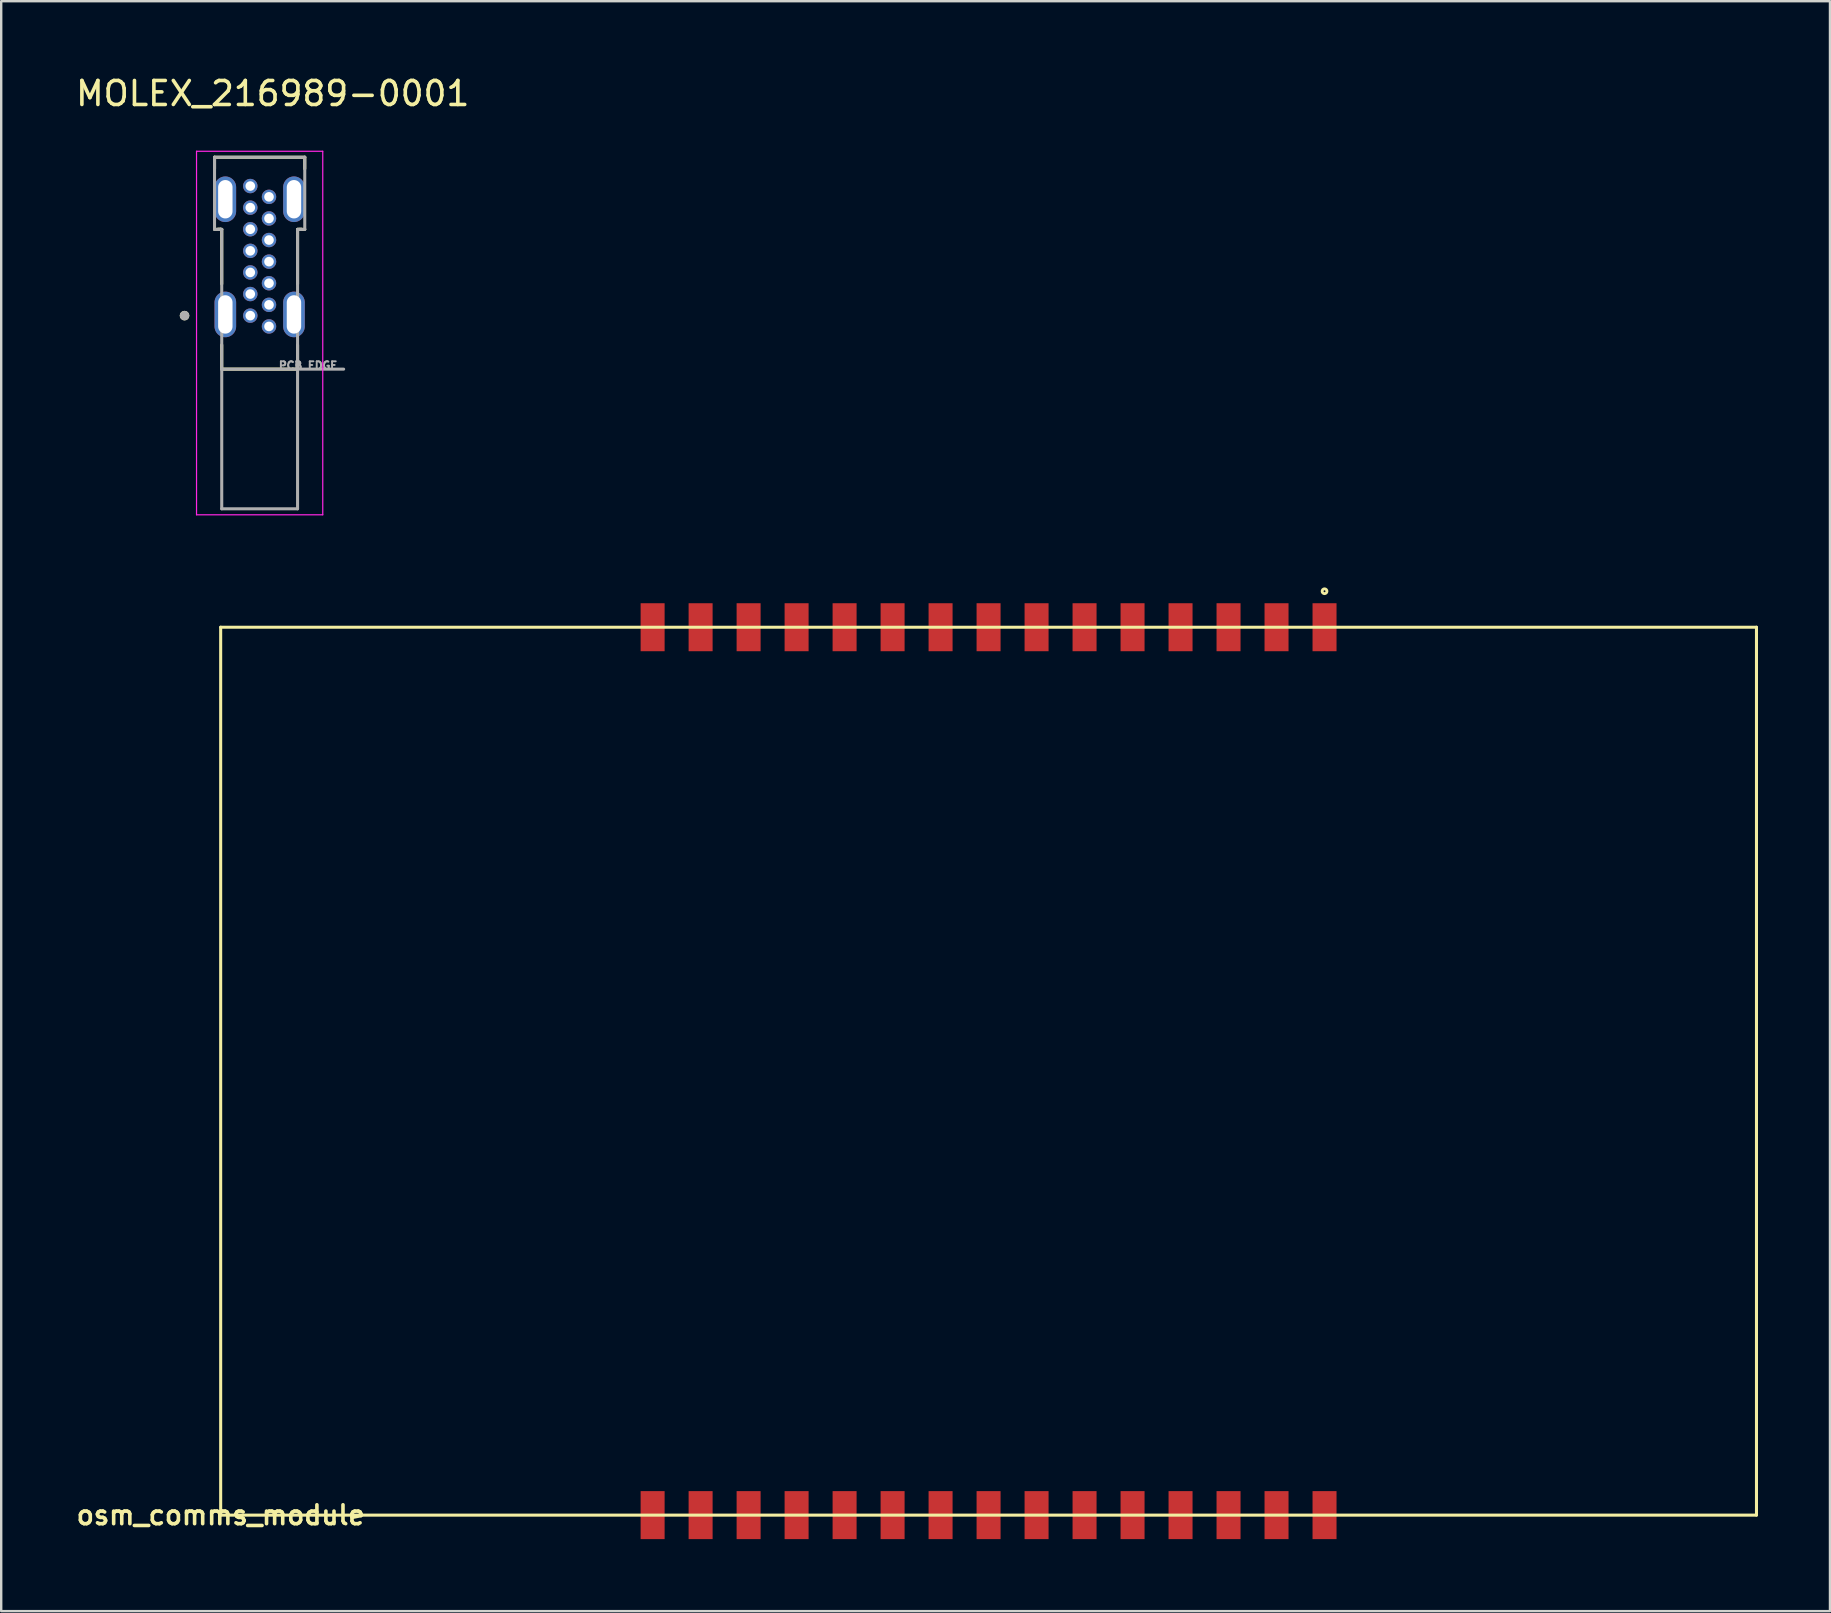
<source format=kicad_pcb>
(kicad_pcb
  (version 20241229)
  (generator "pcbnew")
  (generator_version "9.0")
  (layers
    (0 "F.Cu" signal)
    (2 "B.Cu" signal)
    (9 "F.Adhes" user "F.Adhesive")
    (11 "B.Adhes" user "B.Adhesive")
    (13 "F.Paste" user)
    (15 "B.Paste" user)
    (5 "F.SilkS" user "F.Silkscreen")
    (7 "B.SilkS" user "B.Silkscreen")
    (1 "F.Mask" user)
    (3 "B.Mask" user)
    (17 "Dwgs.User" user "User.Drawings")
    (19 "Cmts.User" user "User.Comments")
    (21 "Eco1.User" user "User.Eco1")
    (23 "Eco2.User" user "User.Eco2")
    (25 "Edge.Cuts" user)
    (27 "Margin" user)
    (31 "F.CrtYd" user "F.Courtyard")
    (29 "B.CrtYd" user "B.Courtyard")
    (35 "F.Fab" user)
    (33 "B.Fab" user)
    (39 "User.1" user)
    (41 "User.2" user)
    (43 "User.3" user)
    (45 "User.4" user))
  (footprint "osm_comms_module"
    (layer "F.Cu")
    (at 6.146 60.088)
    (property "Reference" "osm_comms_module" (at 0 0 0) (layer "F.SilkS") (effects (font (size 0.787 0.787) (thickness 0.15))))
    (attr smd)
    (fp_line (start 0 -37) (end 0 0) (stroke (width 0.127) (type solid)) (layer "F.SilkS"))
    (fp_line (start 0 0) (end 64 0) (stroke (width 0.127) (type solid)) (layer "F.SilkS"))
    (fp_line (start 64 -37) (end 0 -37) (stroke (width 0.127) (type solid)) (layer "F.SilkS"))
    (fp_line (start 64 0) (end 64 -37) (stroke (width 0.127) (type solid)) (layer "F.SilkS"))
    (fp_circle (center 46 -38.5) (end 46.1 -38.5) (stroke (width 0.12) (type solid)) (fill no) (layer "F.SilkS"))
    (pad "11" smd rect (at 20 -37 90) (size 2 1) (layers "F.Cu" "F.Mask" "F.Paste"))
    (pad "11" smd rect (at 20 0 90) (size 2 1) (layers "F.Cu" "F.Mask" "F.Paste"))
    (pad "11" smd rect (at 24 -37 90) (size 2 1) (layers "F.Cu" "F.Mask" "F.Paste"))
    (pad "11" smd rect (at 24 0 90) (size 2 1) (layers "F.Cu" "F.Mask" "F.Paste"))
    (pad "11" smd rect (at 28 -37 90) (size 2 1) (layers "F.Cu" "F.Mask" "F.Paste"))
    (pad "11" smd rect (at 28 0 90) (size 2 1) (layers "F.Cu" "F.Mask" "F.Paste"))
    (pad "11" smd rect (at 32 -37 90) (size 2 1) (layers "F.Cu" "F.Mask" "F.Paste"))
    (pad "11" smd rect (at 32 0 90) (size 2 1) (layers "F.Cu" "F.Mask" "F.Paste"))
    (pad "11" smd rect (at 36 -37 90) (size 2 1) (layers "F.Cu" "F.Mask" "F.Paste"))
    (pad "11" smd rect (at 36 0 90) (size 2 1) (layers "F.Cu" "F.Mask" "F.Paste"))
    (pad "11" smd rect (at 40 -37 90) (size 2 1) (layers "F.Cu" "F.Mask" "F.Paste"))
    (pad "11" smd rect (at 40 0 90) (size 2 1) (layers "F.Cu" "F.Mask" "F.Paste"))
    (pad "11" smd rect (at 44 -37 90) (size 2 1) (layers "F.Cu" "F.Mask" "F.Paste"))
    (pad "11" smd rect (at 44 0 90) (size 2 1) (layers "F.Cu" "F.Mask" "F.Paste"))
    (pad "12" smd rect (at 18 -37 90) (size 2 1) (layers "F.Cu" "F.Mask" "F.Paste"))
    (pad "12" smd rect (at 18 0 90) (size 2 1) (layers "F.Cu" "F.Mask" "F.Paste"))
    (pad "12" smd rect (at 22 -37 90) (size 2 1) (layers "F.Cu" "F.Mask" "F.Paste"))
    (pad "12" smd rect (at 22 0 90) (size 2 1) (layers "F.Cu" "F.Mask" "F.Paste"))
    (pad "12" smd rect (at 26 -37 90) (size 2 1) (layers "F.Cu" "F.Mask" "F.Paste"))
    (pad "12" smd rect (at 26 0 90) (size 2 1) (layers "F.Cu" "F.Mask" "F.Paste"))
    (pad "12" smd rect (at 30 -37 90) (size 2 1) (layers "F.Cu" "F.Mask" "F.Paste"))
    (pad "12" smd rect (at 30 0 90) (size 2 1) (layers "F.Cu" "F.Mask" "F.Paste"))
    (pad "12" smd rect (at 34 -37 90) (size 2 1) (layers "F.Cu" "F.Mask" "F.Paste"))
    (pad "12" smd rect (at 34 0 90) (size 2 1) (layers "F.Cu" "F.Mask" "F.Paste"))
    (pad "12" smd rect (at 38 -37 90) (size 2 1) (layers "F.Cu" "F.Mask" "F.Paste"))
    (pad "12" smd rect (at 38 0 90) (size 2 1) (layers "F.Cu" "F.Mask" "F.Paste"))
    (pad "12" smd rect (at 42 -37 90) (size 2 1) (layers "F.Cu" "F.Mask" "F.Paste"))
    (pad "12" smd rect (at 42 0 90) (size 2 1) (layers "F.Cu" "F.Mask" "F.Paste"))
    (pad "12" smd rect (at 46 -37 90) (size 2 1) (layers "F.Cu" "F.Mask" "F.Paste"))
    (pad "12" smd rect (at 46 0 90) (size 2 1) (layers "F.Cu" "F.Mask" "F.Paste")))
  (footprint "MOLEX_216989-0001"
    (layer "F.Cu")
    (at 7.77 7.853)
    (property "Reference" "MOLEX_216989-0001" (at 0.545 -7.005 0) (layer "F.SilkS") (effects (font (size 1 1) (thickness 0.15))))
    (attr through_hole)
    (fp_line (start -1.88 -4.35) (end -1.88 -3.87) (stroke (width 0.127) (type solid)) (layer "F.SilkS"))
    (fp_line (start -1.88 -1.345) (end -1.736 -1.345) (stroke (width 0.127) (type solid)) (layer "F.SilkS"))
    (fp_line (start -1.736 -1.345) (end -1.636 -1.348) (stroke (width 0.127) (type solid)) (layer "F.SilkS"))
    (fp_line (start -1.736 -1.345) (end -1.58 -1.345) (stroke (width 0.127) (type solid)) (layer "F.SilkS"))
    (fp_line (start -1.636 -1.348) (end -1.635 -1.349) (stroke (width 0.127) (type solid)) (layer "F.SilkS"))
    (fp_line (start -1.58 0.93) (end -1.58 -1.345) (stroke (width 0.127) (type solid)) (layer "F.SilkS"))
    (fp_line (start -1.58 4.48) (end -1.58 3.47) (stroke (width 0.127) (type solid)) (layer "F.SilkS"))
    (fp_line (start 1.58 -1.345) (end 1.736 -1.345) (stroke (width 0.127) (type solid)) (layer "F.SilkS"))
    (fp_line (start 1.58 0.93) (end 1.58 -1.345) (stroke (width 0.127) (type solid)) (layer "F.SilkS"))
    (fp_line (start 1.58 4.48) (end -1.58 4.48) (stroke (width 0.127) (type solid)) (layer "F.SilkS"))
    (fp_line (start 1.58 4.48) (end 1.58 3.47) (stroke (width 0.127) (type solid)) (layer "F.SilkS"))
    (fp_line (start 1.636 -1.348) (end 1.736 -1.345) (stroke (width 0.127) (type solid)) (layer "F.SilkS"))
    (fp_line (start 1.736 -1.345) (end 1.88 -1.345) (stroke (width 0.127) (type solid)) (layer "F.SilkS"))
    (fp_line (start 1.88 -4.35) (end -1.88 -4.35) (stroke (width 0.127) (type solid)) (layer "F.SilkS"))
    (fp_line (start 1.88 -3.87) (end 1.88 -4.35) (stroke (width 0.127) (type solid)) (layer "F.SilkS"))
    (fp_circle (center -3.13 2.25) (end -3.03 2.25) (stroke (width 0.2) (type solid)) (fill no) (layer "F.SilkS"))
    (fp_line (start -2.63 -4.6) (end -2.63 10.55) (stroke (width 0.05) (type solid)) (layer "F.CrtYd"))
    (fp_line (start -2.63 10.55) (end 2.63 10.55) (stroke (width 0.05) (type solid)) (layer "F.CrtYd"))
    (fp_line (start 2.63 -4.6) (end -2.63 -4.6) (stroke (width 0.05) (type solid)) (layer "F.CrtYd"))
    (fp_line (start 2.63 10.55) (end 2.63 -4.6) (stroke (width 0.05) (type solid)) (layer "F.CrtYd"))
    (fp_line (start -1.88 -4.35) (end -1.88 -1.345) (stroke (width 0.127) (type solid)) (layer "F.Fab"))
    (fp_line (start -1.88 -1.345) (end -1.736 -1.345) (stroke (width 0.127) (type solid)) (layer "F.Fab"))
    (fp_line (start -1.736 -1.345) (end -1.636 -1.348) (stroke (width 0.127) (type solid)) (layer "F.Fab"))
    (fp_line (start -1.736 -1.345) (end -1.58 -1.345) (stroke (width 0.127) (type solid)) (layer "F.Fab"))
    (fp_line (start -1.636 -1.348) (end -1.635 -1.349) (stroke (width 0.127) (type solid)) (layer "F.Fab"))
    (fp_line (start -1.58 4.48) (end -1.58 -1.345) (stroke (width 0.127) (type solid)) (layer "F.Fab"))
    (fp_line (start -1.58 10.3) (end -1.58 4.48) (stroke (width 0.127) (type solid)) (layer "F.Fab"))
    (fp_line (start 1.58 -1.345) (end 1.736 -1.345) (stroke (width 0.127) (type solid)) (layer "F.Fab"))
    (fp_line (start 1.58 4.48) (end -1.58 4.48) (stroke (width 0.127) (type solid)) (layer "F.Fab"))
    (fp_line (start 1.58 4.48) (end 1.58 -1.345) (stroke (width 0.127) (type solid)) (layer "F.Fab"))
    (fp_line (start 1.58 4.48) (end 3.5 4.48) (stroke (width 0.127) (type solid)) (layer "F.Fab"))
    (fp_line (start 1.58 10.3) (end -1.58 10.3) (stroke (width 0.127) (type solid)) (layer "F.Fab"))
    (fp_line (start 1.58 10.3) (end 1.58 4.48) (stroke (width 0.127) (type solid)) (layer "F.Fab"))
    (fp_line (start 1.636 -1.348) (end 1.736 -1.345) (stroke (width 0.127) (type solid)) (layer "F.Fab"))
    (fp_line (start 1.736 -1.345) (end 1.88 -1.345) (stroke (width 0.127) (type solid)) (layer "F.Fab"))
    (fp_line (start 1.88 -4.35) (end -1.88 -4.35) (stroke (width 0.127) (type solid)) (layer "F.Fab"))
    (fp_line (start 1.88 -1.345) (end 1.88 -4.35) (stroke (width 0.127) (type solid)) (layer "F.Fab"))
    (fp_circle (center -3.13 2.25) (end -3.03 2.25) (stroke (width 0.2) (type solid)) (fill no) (layer "F.Fab"))
    (fp_text user "PCB EDGE" (at 2.02 4.33 0) (layer "F.Fab") (effects (font (size 0.32 0.32) (thickness 0.08))))
    (pad "A1" thru_hole circle (at -0.39 2.25) (size 0.6 0.6) (drill 0.4) (layers "*.Cu" "*.Mask"))
    (pad "A4" thru_hole circle (at -0.39 1.35) (size 0.6 0.6) (drill 0.4) (layers "*.Cu" "*.Mask"))
    (pad "A5" thru_hole circle (at -0.39 0.45) (size 0.6 0.6) (drill 0.4) (layers "*.Cu" "*.Mask"))
    (pad "A6" thru_hole circle (at -0.39 -0.45) (size 0.6 0.6) (drill 0.4) (layers "*.Cu" "*.Mask"))
    (pad "A7" thru_hole circle (at -0.39 -1.35) (size 0.6 0.6) (drill 0.4) (layers "*.Cu" "*.Mask"))
    (pad "A9" thru_hole circle (at -0.39 -2.25) (size 0.6 0.6) (drill 0.4) (layers "*.Cu" "*.Mask"))
    (pad "A12" thru_hole circle (at -0.39 -3.15) (size 0.6 0.6) (drill 0.4) (layers "*.Cu" "*.Mask"))
    (pad "B1" thru_hole circle (at 0.39 -2.7) (size 0.6 0.6) (drill 0.4) (layers "*.Cu" "*.Mask"))
    (pad "B4" thru_hole circle (at 0.39 -1.8) (size 0.6 0.6) (drill 0.4) (layers "*.Cu" "*.Mask"))
    (pad "B5" thru_hole circle (at 0.39 -0.9) (size 0.6 0.6) (drill 0.4) (layers "*.Cu" "*.Mask"))
    (pad "B6" thru_hole circle (at 0.39 0) (size 0.6 0.6) (drill 0.4) (layers "*.Cu" "*.Mask"))
    (pad "B7" thru_hole circle (at 0.39 0.9) (size 0.6 0.6) (drill 0.4) (layers "*.Cu" "*.Mask"))
    (pad "B9" thru_hole circle (at 0.39 1.8) (size 0.6 0.6) (drill 0.4) (layers "*.Cu" "*.Mask"))
    (pad "B12" thru_hole circle (at 0.39 2.7) (size 0.6 0.6) (drill 0.4) (layers "*.Cu" "*.Mask"))
    (pad "S1" thru_hole oval (at -1.43 2.2) (size 0.9 1.9) (drill oval 0.6 1.6) (layers "*.Cu" "*.Mask"))
    (pad "S2" thru_hole oval (at 1.43 2.2) (size 0.9 1.9) (drill oval 0.6 1.6) (layers "*.Cu" "*.Mask"))
    (pad "S3" thru_hole oval (at -1.43 -2.6) (size 0.9 1.9) (drill oval 0.6 1.6) (layers "*.Cu" "*.Mask"))
    (pad "S4" thru_hole oval (at 1.43 -2.6) (size 0.9 1.9) (drill oval 0.6 1.6) (layers "*.Cu" "*.Mask")))
  (gr_rect
    (start -3 -3)
    (end 73.209 64.088)
    (stroke (width 0.1) (type default))
    (fill no)
    (layer "Edge.Cuts")))
</source>
